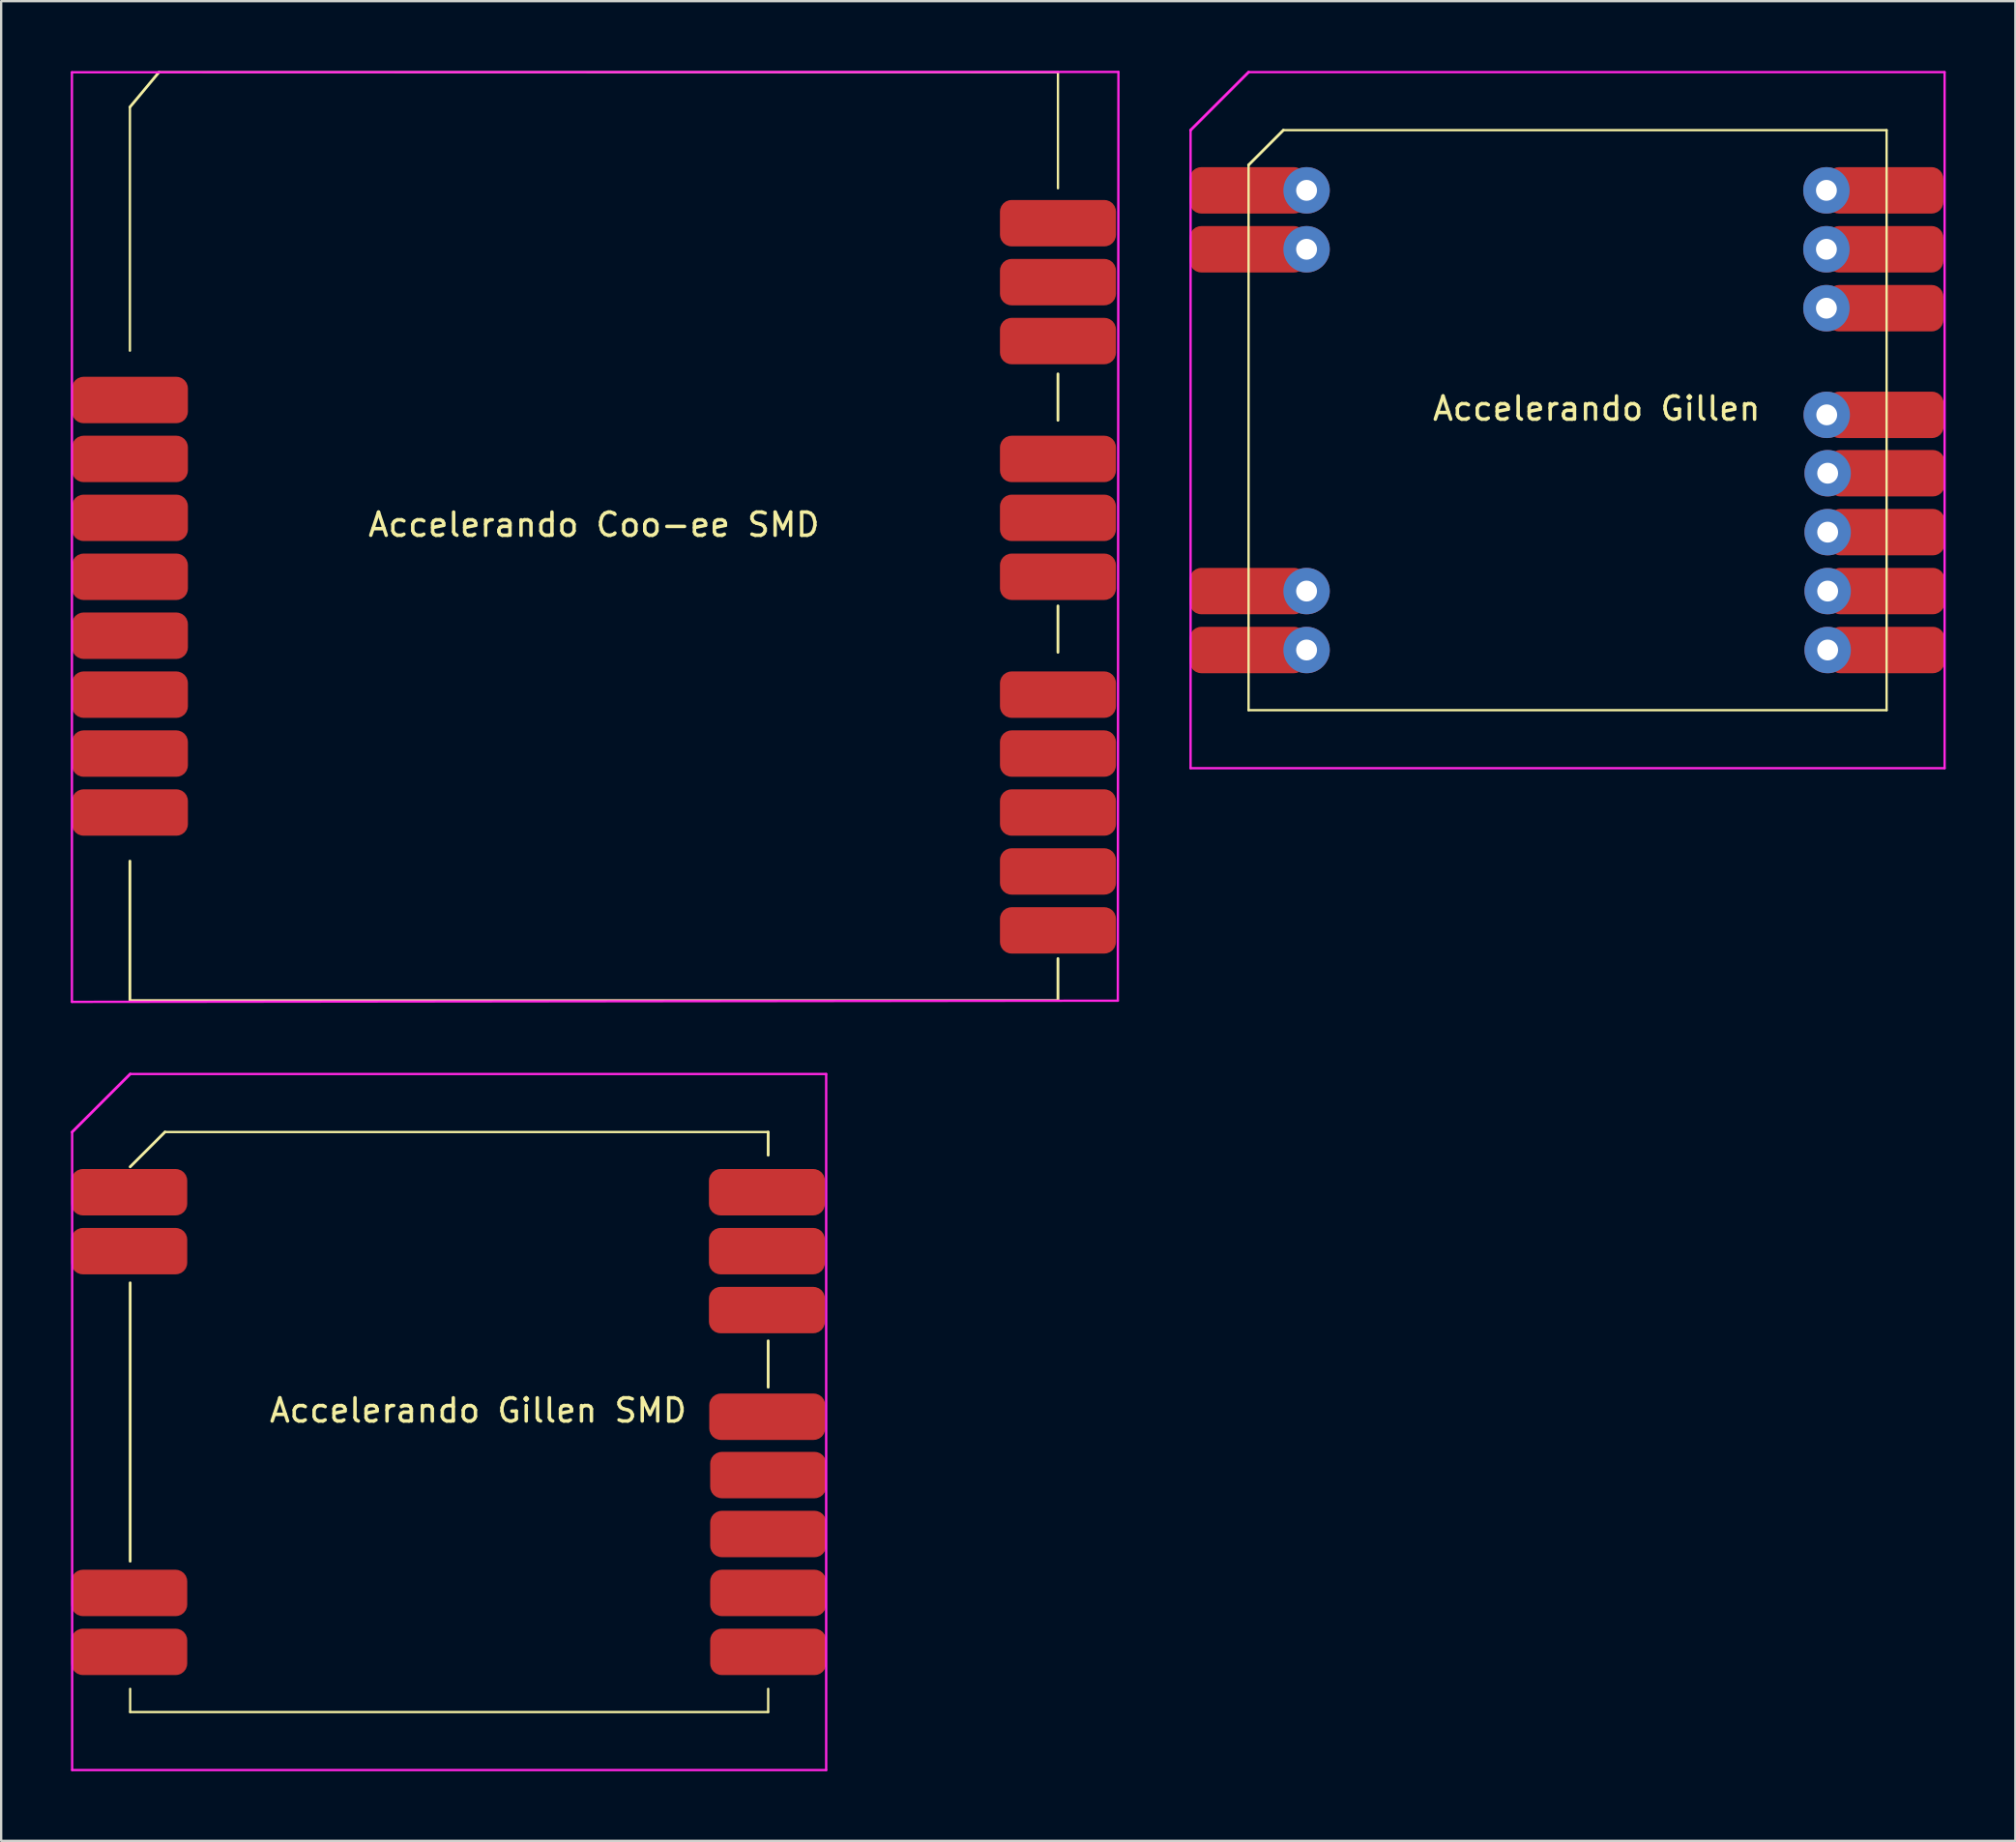
<source format=kicad_pcb>
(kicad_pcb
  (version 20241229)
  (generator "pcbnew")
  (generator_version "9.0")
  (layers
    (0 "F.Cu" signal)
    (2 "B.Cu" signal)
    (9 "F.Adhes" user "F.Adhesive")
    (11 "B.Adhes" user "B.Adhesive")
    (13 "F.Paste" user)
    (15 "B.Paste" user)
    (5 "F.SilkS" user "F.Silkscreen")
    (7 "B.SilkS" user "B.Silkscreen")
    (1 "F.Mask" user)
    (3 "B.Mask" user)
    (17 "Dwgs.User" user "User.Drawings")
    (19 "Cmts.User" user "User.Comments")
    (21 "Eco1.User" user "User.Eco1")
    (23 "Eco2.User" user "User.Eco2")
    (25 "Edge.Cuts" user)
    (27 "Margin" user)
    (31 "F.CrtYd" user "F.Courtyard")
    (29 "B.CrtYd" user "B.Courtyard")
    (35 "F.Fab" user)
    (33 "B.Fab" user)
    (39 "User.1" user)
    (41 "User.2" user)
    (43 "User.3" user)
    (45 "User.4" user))
  (footprint "Accelerando Gillen SMD"
    (layer "F.Cu")
    (at 17.56 58.241)
    (property "Reference" "Accelerando Gillen SMD" (at 0 -0.5 0) (unlocked yes) (layer "F.SilkS") (effects (font (size 1 1) (thickness 0.15))))
    (attr smd)
    (fp_line (start -15 -11) (end -13.5 -12.5) (stroke (width 0.12) (type solid)) (layer "F.SilkS"))
    (fp_line (start -15 6) (end -15 -6) (stroke (width 0.12) (type solid)) (layer "F.SilkS"))
    (fp_line (start -15 11.5) (end -15 12.5) (stroke (width 0.1) (type solid)) (layer "F.SilkS"))
    (fp_line (start -15 12.5) (end 12.5 12.5) (stroke (width 0.1) (type solid)) (layer "F.SilkS"))
    (fp_line (start 12.5 -12.5) (end -13.5 -12.5) (stroke (width 0.1) (type solid)) (layer "F.SilkS"))
    (fp_line (start 12.5 -11.5) (end 12.5 -12.5) (stroke (width 0.12) (type solid)) (layer "F.SilkS"))
    (fp_line (start 12.5 -1.5) (end 12.5 -3.5) (stroke (width 0.12) (type solid)) (layer "F.SilkS"))
    (fp_line (start 12.5 12.5) (end 12.5 11.5) (stroke (width 0.1) (type solid)) (layer "F.SilkS"))
    (fp_line (start -17.5 -12.5) (end -17.5 15) (stroke (width 0.1) (type solid)) (layer "F.CrtYd"))
    (fp_line (start -17.5 15) (end 15 15) (stroke (width 0.1) (type solid)) (layer "F.CrtYd"))
    (fp_line (start -15 -15) (end -17.5 -12.5) (stroke (width 0.12) (type solid)) (layer "F.CrtYd"))
    (fp_line (start 15 -15) (end -15 -15) (stroke (width 0.1) (type solid)) (layer "F.CrtYd"))
    (fp_line (start 15 15) (end 15 -15) (stroke (width 0.1) (type solid)) (layer "F.CrtYd"))
    (pad "1" smd roundrect (at -15.04 -9.906) (size 5 2) (layers "F.Cu" "F.Mask" "F.Paste") (roundrect_rratio 0.25))
    (pad "2" smd roundrect (at -15.04 -7.366) (size 5 2) (layers "F.Cu" "F.Mask" "F.Paste") (roundrect_rratio 0.25))
    (pad "3" smd roundrect (at -15.04 7.366) (size 5 2) (layers "F.Cu" "F.Mask" "F.Paste") (roundrect_rratio 0.25))
    (pad "4" smd roundrect (at -15.04 9.906) (size 5 2) (layers "F.Cu" "F.Mask" "F.Paste") (roundrect_rratio 0.25))
    (pad "5" smd roundrect (at 12.5 9.906 180) (size 5 2) (layers "F.Cu" "F.Mask" "F.Paste") (roundrect_rratio 0.25))
    (pad "6" smd roundrect (at 12.5 7.366 180) (size 5 2) (layers "F.Cu" "F.Mask" "F.Paste") (roundrect_rratio 0.25))
    (pad "7" smd roundrect (at 12.5 4.826 180) (size 5 2) (layers "F.Cu" "F.Mask" "F.Paste") (roundrect_rratio 0.25))
    (pad "8" smd roundrect (at 12.5 2.286 180) (size 5 2) (layers "F.Cu" "F.Mask" "F.Paste") (roundrect_rratio 0.25))
    (pad "9" smd roundrect (at 12.46 -0.229) (size 5 2) (layers "F.Cu" "F.Mask" "F.Paste") (roundrect_rratio 0.25))
    (pad "10" smd roundrect (at 12.446 -4.826) (size 5 2) (layers "F.Cu" "F.Mask" "F.Paste") (roundrect_rratio 0.25))
    (pad "11" smd roundrect (at 12.446 -7.366) (size 5 2) (layers "F.Cu" "F.Mask" "F.Paste") (roundrect_rratio 0.25))
    (pad "12" smd roundrect (at 12.446 -9.906) (size 5 2) (layers "F.Cu" "F.Mask" "F.Paste") (roundrect_rratio 0.25)))
  (footprint "Accelerando Gillen"
    (layer "F.Cu")
    (at 65.766 15.06)
    (property "Reference" "Accelerando Gillen" (at 0 -0.5 0) (unlocked yes) (layer "F.SilkS") (effects (font (size 1 1) (thickness 0.15))))
    (attr smd)
    (fp_line (start -15 -11) (end -15 12.5) (stroke (width 0.1) (type solid)) (layer "F.SilkS"))
    (fp_line (start -15 -11) (end -13.5 -12.5) (stroke (width 0.12) (type solid)) (layer "F.SilkS"))
    (fp_line (start -15 12.5) (end 12.5 12.5) (stroke (width 0.1) (type solid)) (layer "F.SilkS"))
    (fp_line (start 12.5 -12.5) (end -13.5 -12.5) (stroke (width 0.1) (type solid)) (layer "F.SilkS"))
    (fp_line (start 12.5 12.5) (end 12.5 -12.5) (stroke (width 0.1) (type solid)) (layer "F.SilkS"))
    (fp_line (start -17.5 -12.5) (end -17.5 15) (stroke (width 0.1) (type solid)) (layer "F.CrtYd"))
    (fp_line (start -17.5 15) (end 15 15) (stroke (width 0.1) (type solid)) (layer "F.CrtYd"))
    (fp_line (start -15 -15) (end -17.5 -12.5) (stroke (width 0.12) (type solid)) (layer "F.CrtYd"))
    (fp_line (start 15 -15) (end -15 -15) (stroke (width 0.1) (type solid)) (layer "F.CrtYd"))
    (fp_line (start 15 15) (end 15 -15) (stroke (width 0.1) (type solid)) (layer "F.CrtYd"))
    (pad "1" smd roundrect (at -15.04 -9.906) (size 5 2) (layers "F.Cu" "F.Mask" "F.Paste") (roundrect_rratio 0.25))
    (pad "1" thru_hole oval (at -12.5 -9.906) (size 2 2) (drill 0.9) (layers "*.Cu" "*.Mask"))
    (pad "2" smd roundrect (at -15.04 -7.366) (size 5 2) (layers "F.Cu" "F.Mask" "F.Paste") (roundrect_rratio 0.25))
    (pad "2" thru_hole oval (at -12.5 -7.366) (size 2 2) (drill 0.9) (layers "*.Cu" "*.Mask"))
    (pad "3" smd roundrect (at -15.04 7.366) (size 5 2) (layers "F.Cu" "F.Mask" "F.Paste") (roundrect_rratio 0.25))
    (pad "3" thru_hole oval (at -12.5 7.366) (size 2 2) (drill 0.9) (layers "*.Cu" "*.Mask"))
    (pad "4" smd roundrect (at -15.04 9.906) (size 5 2) (layers "F.Cu" "F.Mask" "F.Paste") (roundrect_rratio 0.25))
    (pad "4" thru_hole oval (at -12.5 9.906) (size 2 2) (drill 0.9) (layers "*.Cu" "*.Mask"))
    (pad "5" thru_hole oval (at 9.96 9.906 180) (size 2 2) (drill 0.9) (layers "*.Cu" "*.Mask"))
    (pad "5" smd roundrect (at 12.5 9.906 180) (size 5 2) (layers "F.Cu" "F.Mask" "F.Paste") (roundrect_rratio 0.25))
    (pad "6" thru_hole oval (at 9.96 7.366 180) (size 2 2) (drill 0.9) (layers "*.Cu" "*.Mask"))
    (pad "6" smd roundrect (at 12.5 7.366 180) (size 5 2) (layers "F.Cu" "F.Mask" "F.Paste") (roundrect_rratio 0.25))
    (pad "7" thru_hole oval (at 9.96 4.826 180) (size 2 2) (drill 0.9) (layers "*.Cu" "*.Mask"))
    (pad "7" smd roundrect (at 12.5 4.826 180) (size 5 2) (layers "F.Cu" "F.Mask" "F.Paste") (roundrect_rratio 0.25))
    (pad "8" thru_hole oval (at 9.96 2.286 180) (size 2 2) (drill 0.9) (layers "*.Cu" "*.Mask"))
    (pad "8" smd roundrect (at 12.5 2.286 180) (size 5 2) (layers "F.Cu" "F.Mask" "F.Paste") (roundrect_rratio 0.25))
    (pad "9" thru_hole oval (at 9.92 -0.229) (size 2 2) (drill 0.9) (layers "*.Cu" "*.Mask"))
    (pad "9" smd roundrect (at 12.46 -0.229) (size 5 2) (layers "F.Cu" "F.Mask" "F.Paste") (roundrect_rratio 0.25))
    (pad "10" thru_hole oval (at 9.906 -4.826) (size 2 2) (drill 0.9) (layers "*.Cu" "*.Mask"))
    (pad "10" smd roundrect (at 12.446 -4.826) (size 5 2) (layers "F.Cu" "F.Mask" "F.Paste") (roundrect_rratio 0.25))
    (pad "11" thru_hole oval (at 9.906 -7.366) (size 2 2) (drill 0.9) (layers "*.Cu" "*.Mask"))
    (pad "11" smd roundrect (at 12.446 -7.366) (size 5 2) (layers "F.Cu" "F.Mask" "F.Paste") (roundrect_rratio 0.25))
    (pad "12" thru_hole oval (at 9.906 -9.906) (size 2 2) (drill 0.9) (layers "*.Cu" "*.Mask"))
    (pad "12" smd roundrect (at 12.446 -9.906) (size 5 2) (layers "F.Cu" "F.Mask" "F.Paste") (roundrect_rratio 0.25)))
  (footprint "Accelerando Coo-ee SMD"
    (layer "F.Cu")
    (at 22.55 20.065)
    (property "Reference" "Accelerando Coo-ee SMD" (at 0 -0.5 0) (unlocked yes) (layer "F.SilkS") (effects (font (size 1 1) (thickness 0.15))))
    (attr smd)
    (fp_line (start -20 -18.5) (end -20 -8) (stroke (width 0.1) (type solid)) (layer "F.SilkS"))
    (fp_line (start -20 -18.5) (end -18.75 -20) (stroke (width 0.12) (type solid)) (layer "F.SilkS"))
    (fp_line (start -20 20) (end -20 14) (stroke (width 0.12) (type solid)) (layer "F.SilkS"))
    (fp_line (start -20 20) (end 20 20) (stroke (width 0.1) (type solid)) (layer "F.SilkS"))
    (fp_line (start 20 -20) (end -18.75 -20) (stroke (width 0.1) (type solid)) (layer "F.SilkS"))
    (fp_line (start 20 -15) (end 20 -20) (stroke (width 0.1) (type solid)) (layer "F.SilkS"))
    (fp_line (start 20 -7) (end 20 -5) (stroke (width 0.12) (type solid)) (layer "F.SilkS"))
    (fp_line (start 20 3) (end 20 5) (stroke (width 0.12) (type solid)) (layer "F.SilkS"))
    (fp_line (start 20 18.2) (end 20 20) (stroke (width 0.12) (type solid)) (layer "F.SilkS"))
    (fp_line (start -22.5 -20) (end -22.5 20.066) (stroke (width 0.1) (type solid)) (layer "F.CrtYd"))
    (fp_line (start -22.5 20.066) (end 22.581 20.015) (stroke (width 0.1) (type solid)) (layer "F.CrtYd"))
    (fp_line (start 22.581 20.015) (end 22.606 -20.015) (stroke (width 0.1) (type solid)) (layer "F.CrtYd"))
    (fp_line (start 22.606 -20.015) (end -22.5 -20) (stroke (width 0.1) (type solid)) (layer "F.CrtYd"))
    (pad "1" smd roundrect (at -20 -5.875) (size 5 2) (layers "F.Cu" "F.Mask" "F.Paste") (roundrect_rratio 0.25))
    (pad "2" smd roundrect (at -20 -3.335) (size 5 2) (layers "F.Cu" "F.Mask" "F.Paste") (roundrect_rratio 0.25))
    (pad "3" smd roundrect (at -20 -0.795) (size 5 2) (layers "F.Cu" "F.Mask" "F.Paste") (roundrect_rratio 0.25))
    (pad "4" smd roundrect (at -20 1.745) (size 5 2) (layers "F.Cu" "F.Mask" "F.Paste") (roundrect_rratio 0.25))
    (pad "5" smd roundrect (at -20 4.285) (size 5 2) (layers "F.Cu" "F.Mask" "F.Paste") (roundrect_rratio 0.25))
    (pad "6" smd roundrect (at -20 6.825) (size 5 2) (layers "F.Cu" "F.Mask" "F.Paste") (roundrect_rratio 0.25))
    (pad "7" smd roundrect (at -20 9.365) (size 5 2) (layers "F.Cu" "F.Mask" "F.Paste") (roundrect_rratio 0.25))
    (pad "8" smd roundrect (at -20 11.905) (size 5 2) (layers "F.Cu" "F.Mask" "F.Paste") (roundrect_rratio 0.25))
    (pad "9" smd roundrect (at 20 16.985) (size 5 2) (layers "F.Cu" "F.Mask" "F.Paste") (roundrect_rratio 0.25))
    (pad "10" smd roundrect (at 20 14.445) (size 5 2) (layers "F.Cu" "F.Mask" "F.Paste") (roundrect_rratio 0.25))
    (pad "11" smd roundrect (at 20 11.905) (size 5 2) (layers "F.Cu" "F.Mask" "F.Paste") (roundrect_rratio 0.25))
    (pad "12" smd roundrect (at 20 9.365) (size 5 2) (layers "F.Cu" "F.Mask" "F.Paste") (roundrect_rratio 0.25))
    (pad "13" smd roundrect (at 20 6.825) (size 5 2) (layers "F.Cu" "F.Mask" "F.Paste") (roundrect_rratio 0.25))
    (pad "14" smd roundrect (at 20 1.745) (size 5 2) (layers "F.Cu" "F.Mask" "F.Paste") (roundrect_rratio 0.25))
    (pad "15" smd roundrect (at 20 -0.795) (size 5 2) (layers "F.Cu" "F.Mask" "F.Paste") (roundrect_rratio 0.25))
    (pad "16" smd roundrect (at 20 -3.335) (size 5 2) (layers "F.Cu" "F.Mask" "F.Paste") (roundrect_rratio 0.25))
    (pad "17" smd roundrect (at 20 -8.415) (size 5 2) (layers "F.Cu" "F.Mask" "F.Paste") (roundrect_rratio 0.25))
    (pad "18" smd roundrect (at 20 -10.955) (size 5 2) (layers "F.Cu" "F.Mask" "F.Paste") (roundrect_rratio 0.25))
    (pad "19" smd roundrect (at 20 -13.495) (size 5 2) (layers "F.Cu" "F.Mask" "F.Paste") (roundrect_rratio 0.25)))
  (gr_rect
    (start -3 -3)
    (end 83.816 76.291)
    (stroke (width 0.1) (type default))
    (fill no)
    (layer "Edge.Cuts")))
</source>
